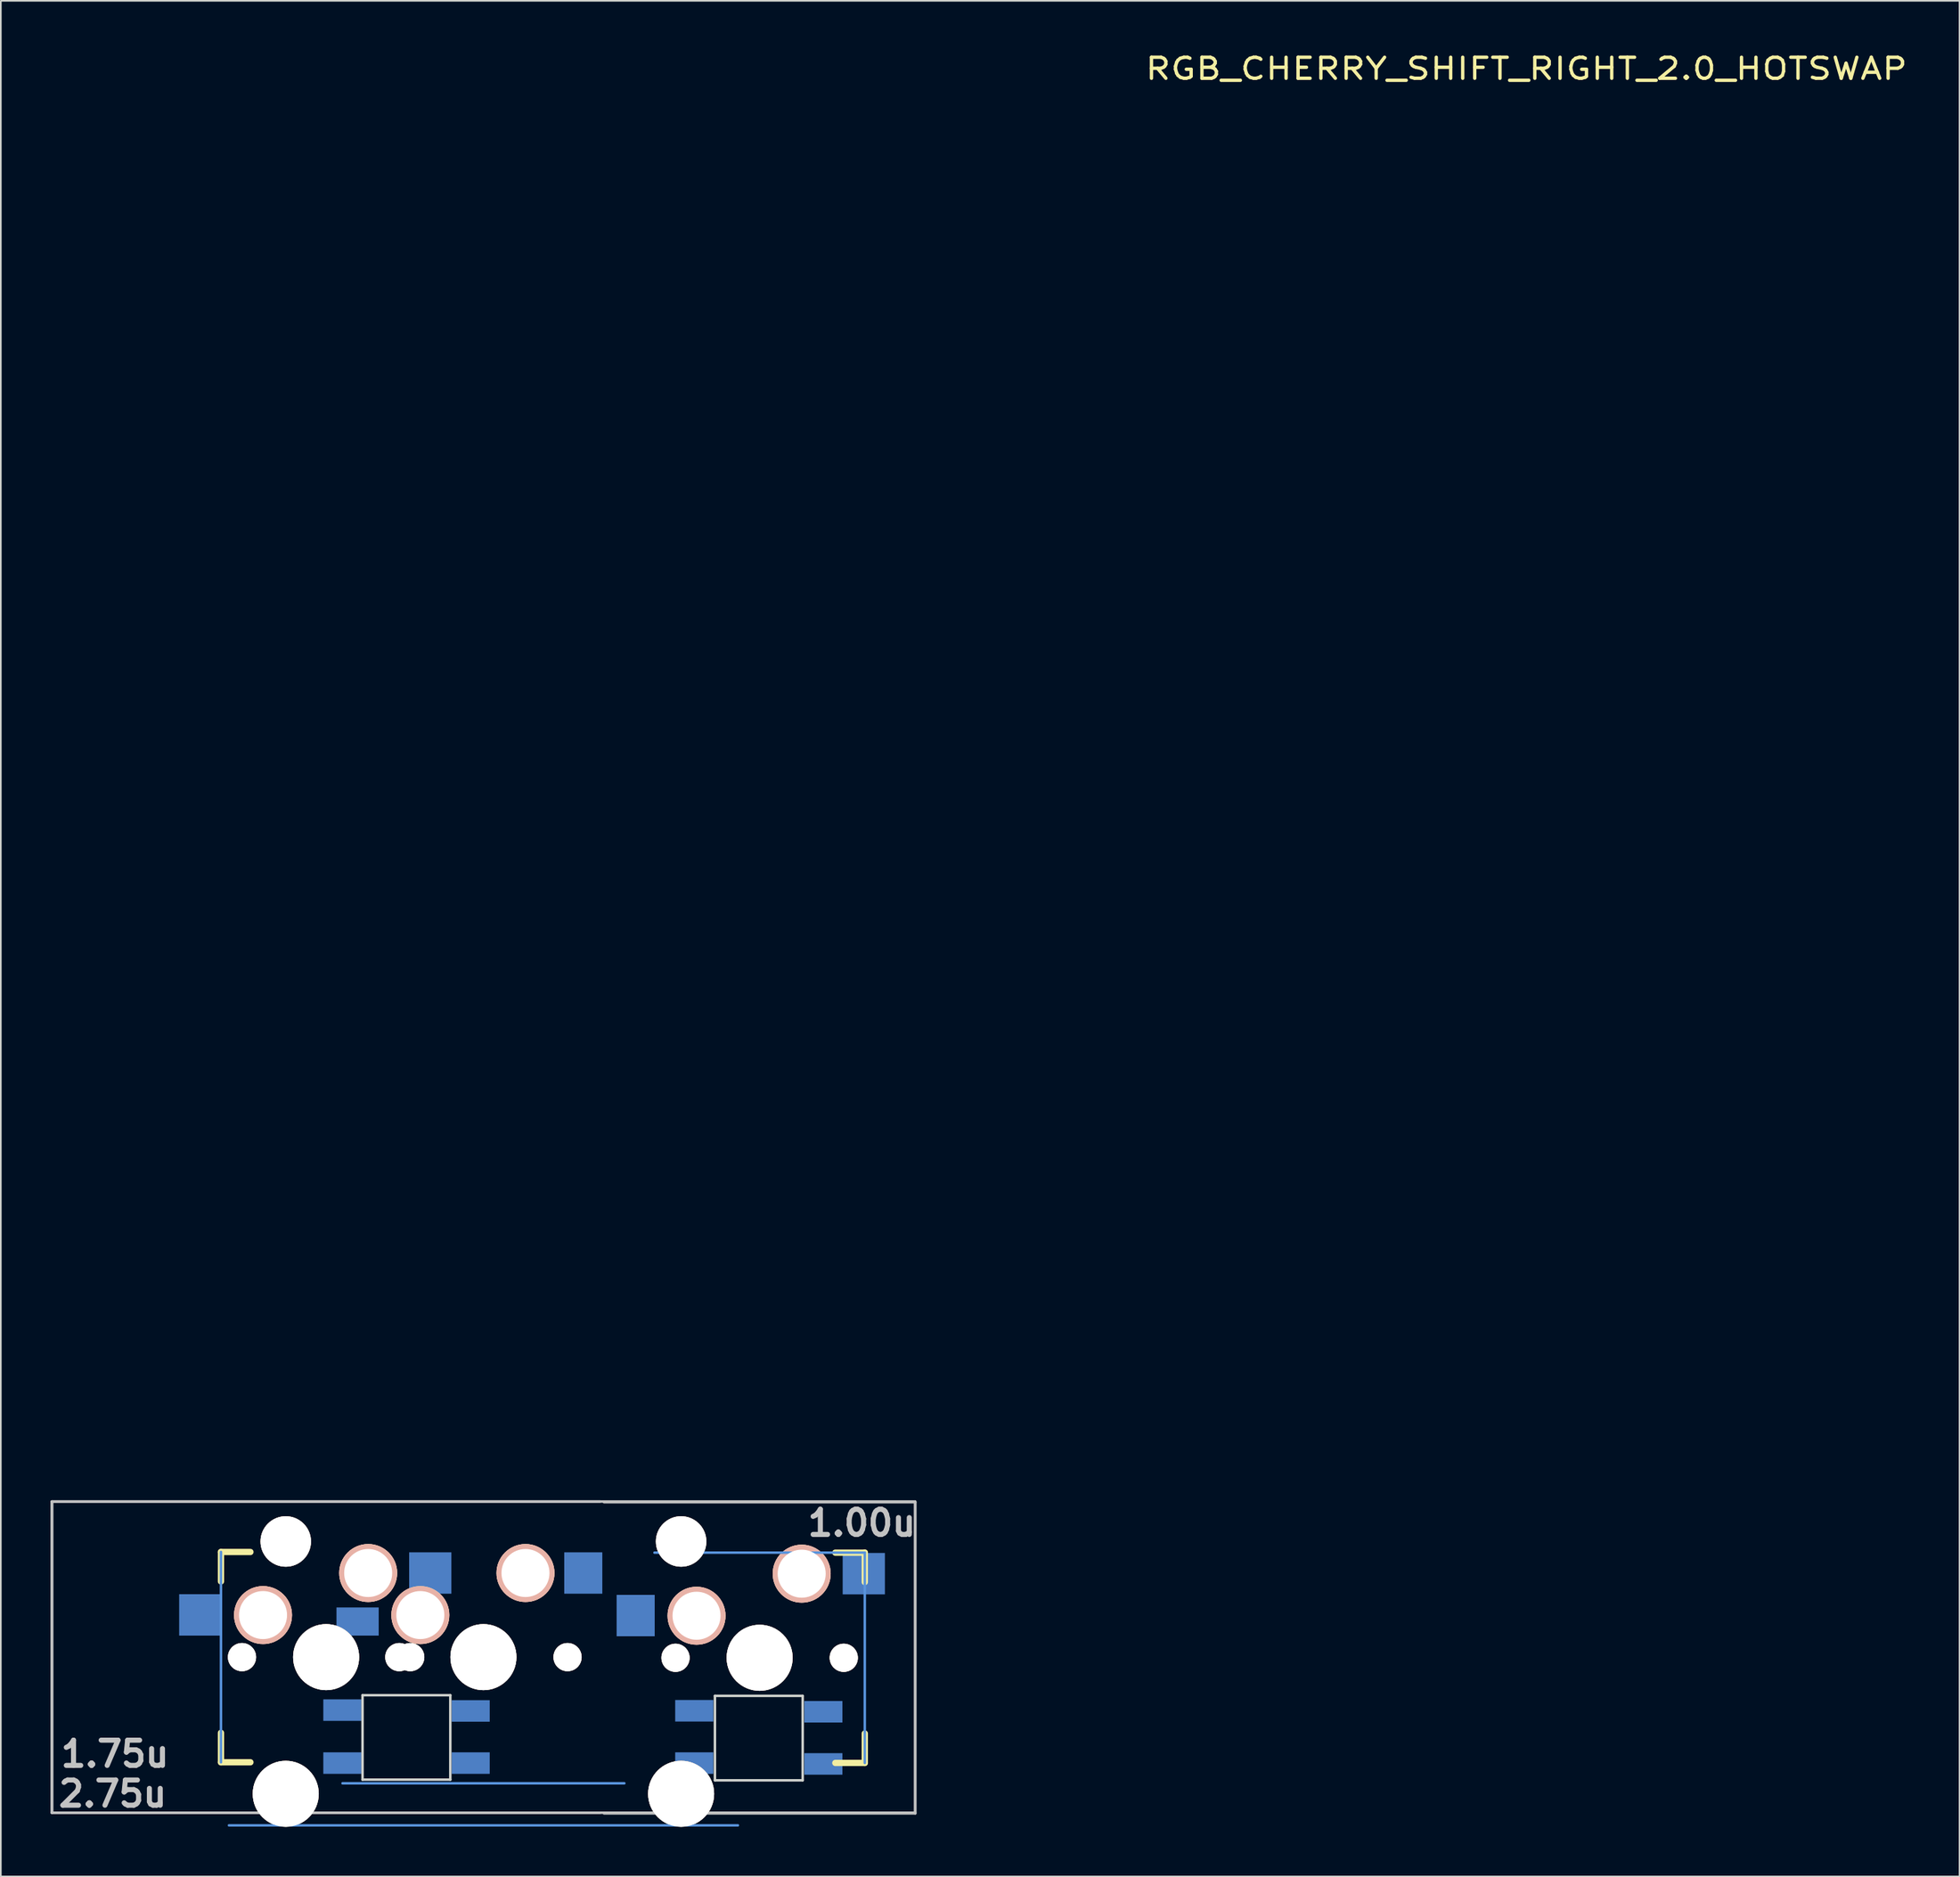
<source format=kicad_pcb>
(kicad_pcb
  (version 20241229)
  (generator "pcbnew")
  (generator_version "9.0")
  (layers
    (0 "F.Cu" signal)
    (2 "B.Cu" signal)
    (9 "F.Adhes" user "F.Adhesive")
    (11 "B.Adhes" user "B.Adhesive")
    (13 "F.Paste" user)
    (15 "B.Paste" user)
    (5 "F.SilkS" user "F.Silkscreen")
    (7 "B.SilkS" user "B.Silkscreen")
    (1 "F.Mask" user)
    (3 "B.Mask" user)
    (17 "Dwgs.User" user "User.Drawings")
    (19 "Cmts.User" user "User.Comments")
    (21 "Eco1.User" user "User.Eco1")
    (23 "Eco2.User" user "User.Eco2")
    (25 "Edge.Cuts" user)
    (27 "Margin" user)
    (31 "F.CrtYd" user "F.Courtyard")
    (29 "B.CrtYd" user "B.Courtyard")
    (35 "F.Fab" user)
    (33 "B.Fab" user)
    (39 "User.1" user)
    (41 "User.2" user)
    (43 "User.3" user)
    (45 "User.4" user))
  (footprint "RGB_CHERRY_SHIFT_RIGHT_2.0_HOTSWAP"
    (layer "F.Cu")
    (at 28.074 97.035)
    (property "Reference" "RGB_CHERRY_SHIFT_RIGHT_2.0_HOTSWAP" (at 61.055 -95.935 0) (layer "F.SilkS") (effects (font (size 1.27 1.524) (thickness 0.203))))
    (attr through_hole)
    (fp_line (start -17.78 -6.35) (end -16.002 -6.35) (stroke (width 0.381) (type solid)) (layer "F.SilkS"))
    (fp_line (start -17.78 -4.572) (end -17.78 -6.35) (stroke (width 0.381) (type solid)) (layer "F.SilkS"))
    (fp_line (start -17.78 6.35) (end -17.78 4.572) (stroke (width 0.381) (type solid)) (layer "F.SilkS"))
    (fp_line (start -16.002 6.35) (end -17.78 6.35) (stroke (width 0.381) (type solid)) (layer "F.SilkS"))
    (fp_line (start 19.322 -6.31) (end 21.1 -6.31) (stroke (width 0.381) (type solid)) (layer "F.SilkS"))
    (fp_line (start 21.1 -6.31) (end 21.1 -4.532) (stroke (width 0.381) (type solid)) (layer "F.SilkS"))
    (fp_line (start 21.1 4.612) (end 21.1 6.39) (stroke (width 0.381) (type solid)) (layer "F.SilkS"))
    (fp_line (start 21.1 6.39) (end 19.322 6.39) (stroke (width 0.381) (type solid)) (layer "F.SilkS"))
    (fp_line (start -27.998 -9.398) (end 24.138 -9.398) (stroke (width 0.152) (type solid)) (layer "Dwgs.User"))
    (fp_line (start -27.998 9.398) (end -27.998 -9.398) (stroke (width 0.152) (type solid)) (layer "Dwgs.User"))
    (fp_line (start -27.973 -9.398) (end 5.113 -9.398) (stroke (width 0.152) (type solid)) (layer "Dwgs.User"))
    (fp_line (start -27.973 9.398) (end -27.973 -9.398) (stroke (width 0.152) (type solid)) (layer "Dwgs.User"))
    (fp_line (start 5.113 9.398) (end -27.973 9.398) (stroke (width 0.152) (type solid)) (layer "Dwgs.User"))
    (fp_line (start 5.352 -9.358) (end 24.148 -9.358) (stroke (width 0.152) (type solid)) (layer "Dwgs.User"))
    (fp_line (start 24.138 -9.398) (end 24.138 9.398) (stroke (width 0.152) (type solid)) (layer "Dwgs.User"))
    (fp_line (start 24.138 9.398) (end -27.998 9.398) (stroke (width 0.152) (type solid)) (layer "Dwgs.User"))
    (fp_line (start 24.148 -9.358) (end 24.148 9.438) (stroke (width 0.152) (type solid)) (layer "Dwgs.User"))
    (fp_line (start 24.148 9.438) (end 5.352 9.438) (stroke (width 0.152) (type solid)) (layer "Dwgs.User"))
    (fp_line (start -17.78 6.35) (end -17.78 -6.35) (stroke (width 0.152) (type solid)) (layer "Cmts.User"))
    (fp_line (start -17.297 10.16) (end 13.437 10.16) (stroke (width 0.152) (type solid)) (layer "Cmts.User"))
    (fp_line (start 6.579 7.62) (end -10.439 7.62) (stroke (width 0.152) (type solid)) (layer "Cmts.User"))
    (fp_line (start 8.4 -6.31) (end 21.1 -6.31) (stroke (width 0.152) (type solid)) (layer "Cmts.User"))
    (fp_line (start 21.1 -6.31) (end 21.1 6.39) (stroke (width 0.152) (type solid)) (layer "Cmts.User"))
    (fp_line (start -18.415 -6.985) (end -4.445 -6.985) (stroke (width 0.152) (type solid)) (layer "Eco2.User"))
    (fp_line (start -18.415 6.985) (end -18.415 -6.985) (stroke (width 0.152) (type solid)) (layer "Eco2.User"))
    (fp_line (start -18.059 -2.286) (end -17.195 -2.286) (stroke (width 0.152) (type solid)) (layer "Eco2.User"))
    (fp_line (start -18.059 0.508) (end -18.059 -2.286) (stroke (width 0.152) (type solid)) (layer "Eco2.User"))
    (fp_line (start -17.195 -5.69) (end -10.541 -5.69) (stroke (width 0.152) (type solid)) (layer "Eco2.User"))
    (fp_line (start -17.195 -2.286) (end -17.195 -5.69) (stroke (width 0.152) (type solid)) (layer "Eco2.User"))
    (fp_line (start -17.195 0.508) (end -18.059 0.508) (stroke (width 0.152) (type solid)) (layer "Eco2.User"))
    (fp_line (start -17.195 6.604) (end -17.195 0.508) (stroke (width 0.152) (type solid)) (layer "Eco2.User"))
    (fp_line (start -16.154 6.604) (end -17.195 6.604) (stroke (width 0.152) (type solid)) (layer "Eco2.User"))
    (fp_line (start -16.154 7.772) (end -16.154 6.604) (stroke (width 0.152) (type solid)) (layer "Eco2.User"))
    (fp_line (start -11.582 6.604) (end -11.582 7.772) (stroke (width 0.152) (type solid)) (layer "Eco2.User"))
    (fp_line (start -11.582 7.772) (end -16.154 7.772) (stroke (width 0.152) (type solid)) (layer "Eco2.User"))
    (fp_line (start -10.541 -5.69) (end -10.541 -4.877) (stroke (width 0.152) (type solid)) (layer "Eco2.User"))
    (fp_line (start -10.541 -4.877) (end -8.915 -4.877) (stroke (width 0.152) (type solid)) (layer "Eco2.User"))
    (fp_line (start -10.541 5.817) (end -10.541 6.604) (stroke (width 0.152) (type solid)) (layer "Eco2.User"))
    (fp_line (start -10.541 6.604) (end -11.582 6.604) (stroke (width 0.152) (type solid)) (layer "Eco2.User"))
    (fp_line (start -8.915 -6.985) (end 5.055 -6.985) (stroke (width 0.152) (type solid)) (layer "Eco2.User"))
    (fp_line (start -8.915 5.817) (end -10.541 5.817) (stroke (width 0.152) (type solid)) (layer "Eco2.User"))
    (fp_line (start -8.915 6.985) (end -8.915 5.817) (stroke (width 0.152) (type solid)) (layer "Eco2.User"))
    (fp_line (start 5.055 -6.985) (end 5.055 -4.877) (stroke (width 0.152) (type solid)) (layer "Eco2.User"))
    (fp_line (start 5.055 -4.877) (end 6.681 -4.877) (stroke (width 0.152) (type solid)) (layer "Eco2.User"))
    (fp_line (start 5.055 5.817) (end 5.055 6.985) (stroke (width 0.152) (type solid)) (layer "Eco2.User"))
    (fp_line (start 5.055 6.985) (end -8.915 6.985) (stroke (width 0.152) (type solid)) (layer "Eco2.User"))
    (fp_line (start 6.681 -5.69) (end 13.335 -5.69) (stroke (width 0.152) (type solid)) (layer "Eco2.User"))
    (fp_line (start 6.681 -4.877) (end 6.681 -5.69) (stroke (width 0.152) (type solid)) (layer "Eco2.User"))
    (fp_line (start 6.681 5.817) (end 5.055 5.817) (stroke (width 0.152) (type solid)) (layer "Eco2.User"))
    (fp_line (start 6.681 6.604) (end 6.681 5.817) (stroke (width 0.152) (type solid)) (layer "Eco2.User"))
    (fp_line (start 7.722 6.604) (end 6.681 6.604) (stroke (width 0.152) (type solid)) (layer "Eco2.User"))
    (fp_line (start 7.765 -6.945) (end 21.735 -6.945) (stroke (width 0.152) (type solid)) (layer "Eco2.User"))
    (fp_line (start 13.335 -5.69) (end 13.335 -2.286) (stroke (width 0.152) (type solid)) (layer "Eco2.User"))
    (fp_line (start 13.335 -2.286) (end 14.199 -2.286) (stroke (width 0.152) (type solid)) (layer "Eco2.User"))
    (fp_line (start 14.199 -2.286) (end 14.199 0.508) (stroke (width 0.152) (type solid)) (layer "Eco2.User"))
    (fp_line (start 14.199 0.508) (end 13.335 0.508) (stroke (width 0.152) (type solid)) (layer "Eco2.User"))
    (fp_line (start 21.735 -6.945) (end 21.735 7.025) (stroke (width 0.152) (type solid)) (layer "Eco2.User"))
    (fp_line (start 21.735 7.025) (end 7.765 7.025) (stroke (width 0.152) (type solid)) (layer "Eco2.User"))
    (fp_line (start -9.23 2.3) (end -9.23 7.4) (stroke (width 0.15) (type solid)) (layer "Edge.Cuts"))
    (fp_line (start -9.23 2.3) (end -3.93 2.3) (stroke (width 0.15) (type solid)) (layer "Edge.Cuts"))
    (fp_line (start -3.93 2.3) (end -3.93 7.4) (stroke (width 0.15) (type solid)) (layer "Edge.Cuts"))
    (fp_line (start -3.93 7.4) (end -9.23 7.4) (stroke (width 0.15) (type solid)) (layer "Edge.Cuts"))
    (fp_line (start 12.05 2.34) (end 12.05 7.44) (stroke (width 0.15) (type solid)) (layer "Edge.Cuts"))
    (fp_line (start 12.05 2.34) (end 17.35 2.34) (stroke (width 0.15) (type solid)) (layer "Edge.Cuts"))
    (fp_line (start 17.35 2.34) (end 17.35 7.44) (stroke (width 0.15) (type solid)) (layer "Edge.Cuts"))
    (fp_line (start 17.35 7.44) (end 12.05 7.44) (stroke (width 0.15) (type solid)) (layer "Edge.Cuts"))
    (fp_text user "1.75u" (at -24.18 5.85 0) (layer "Dwgs.User") (effects (font (size 1.524 1.524) (thickness 0.305))))
    (fp_text user "1.00u" (at 20.92 -8.1 0) (layer "Dwgs.User") (effects (font (size 1.524 1.524) (thickness 0.305))))
    (fp_text user "2.75u" (at -24.315 8.255 0) (layer "Dwgs.User") (effects (font (size 1.524 1.524) (thickness 0.305))))
    (pad "" np_thru_hole circle (at -16.51 0) (size 1.702 1.702) (drill 1.702) (layers "*.Cu" "*.SilkS" "*.Mask"))
    (pad "" np_thru_hole circle (at -13.868 -6.985) (size 3.048 3.048) (drill 3.048) (layers "*.Cu" "*.SilkS" "*.Mask"))
    (pad "" np_thru_hole circle (at -13.868 8.255) (size 3.988 3.988) (drill 3.988) (layers "*.Cu" "*.SilkS" "*.Mask"))
    (pad "" np_thru_hole circle (at -11.43 0) (size 3.988 3.988) (drill 3.988) (layers "*.Cu" "*.SilkS" "*.Mask"))
    (pad "" np_thru_hole circle (at -7.01 0) (size 1.702 1.702) (drill 1.702) (layers "*.Cu" "*.SilkS" "*.Mask"))
    (pad "" np_thru_hole circle (at -6.35 0) (size 1.702 1.702) (drill 1.702) (layers "*.Cu" "*.SilkS" "*.Mask"))
    (pad "" np_thru_hole circle (at -1.93 0) (size 3.988 3.988) (drill 3.988) (layers "*.Cu" "*.SilkS" "*.Mask"))
    (pad "" np_thru_hole circle (at 3.15 0) (size 1.702 1.702) (drill 1.702) (layers "*.Cu" "*.SilkS" "*.Mask"))
    (pad "" np_thru_hole circle (at 9.67 0.04) (size 1.702 1.702) (drill 1.702) (layers "*.Cu" "*.SilkS" "*.Mask"))
    (pad "" np_thru_hole circle (at 10.008 -6.985) (size 3.048 3.048) (drill 3.048) (layers "*.Cu" "*.SilkS" "*.Mask"))
    (pad "" np_thru_hole circle (at 10.008 8.255) (size 3.988 3.988) (drill 3.988) (layers "*.Cu" "*.SilkS" "*.Mask"))
    (pad "" np_thru_hole circle (at 14.75 0.04) (size 3.988 3.988) (drill 3.988) (layers "*.Cu" "*.SilkS" "*.Mask"))
    (pad "" np_thru_hole circle (at 19.83 0.04) (size 1.702 1.702) (drill 1.702) (layers "*.Cu" "*.SilkS" "*.Mask"))
    (pad "1" thru_hole circle (at -8.89 -5.08) (size 3.5 3.5) (drill 2.9) (layers "*.Cu" "*.SilkS" "*.Mask"))
    (pad "1" smd rect (at -5.14 -5.08) (size 2.55 2.5) (layers "B.Cu" "B.Mask" "B.Paste"))
    (pad "1" thru_hole circle (at 0.61 -5.08) (size 3.5 3.5) (drill 2.9) (layers "*.Cu" "*.SilkS" "*.Mask"))
    (pad "1" smd rect (at 4.1 -5.08) (size 2.3 2.5) (layers "B.Cu" "B.Mask" "B.Paste"))
    (pad "2" smd rect (at -19.03 -2.55) (size 2.55 2.5) (layers "B.Cu" "B.Mask" "B.Paste"))
    (pad "2" thru_hole circle (at -15.24 -2.54) (size 3.5 3.5) (drill 2.9) (layers "*.Cu" "*.SilkS" "*.Mask"))
    (pad "2" smd rect (at -9.53 -2.15) (size 2.55 1.7) (layers "B.Cu" "B.Mask" "B.Paste"))
    (pad "2" thru_hole circle (at -5.74 -2.54) (size 3.5 3.5) (drill 2.9) (layers "*.Cu" "*.SilkS" "*.Mask"))
    (pad "3" thru_hole circle (at 17.29 -5.04) (size 2.286 2.286) (drill 1.499) (layers "*.Cu" "*.SilkS" "*.Mask"))
    (pad "3" thru_hole circle (at 17.29 -5.04) (size 3.5 3.5) (drill 2.9) (layers "*.Cu" "*.SilkS" "*.Mask"))
    (pad "3" smd rect (at 21.04 -5.04) (size 2.55 2.5) (layers "B.Cu" "B.Mask" "B.Paste"))
    (pad "4" smd rect (at 7.263 -2.51) (size 2.3 2.5) (layers "B.Cu" "B.Mask" "B.Paste"))
    (pad "4" thru_hole circle (at 10.94 -2.5) (size 3.5 3.5) (drill 2.9) (layers "*.Cu" "*.SilkS" "*.Mask"))
    (pad "5" smd rect (at -11.55 3.2 180) (size 2.3 1.3) (drill (offset -1.1 0)) (layers "B.Cu" "B.Mask" "B.Paste"))
    (pad "6" smd rect (at -11.55 6.4 180) (size 2.3 1.3) (drill (offset -1.1 0)) (layers "B.Cu" "B.Mask" "B.Paste"))
    (pad "7" smd rect (at -1.6 6.4 180) (size 2.3 1.3) (drill (offset 1.1 0)) (layers "B.Cu" "B.Mask" "B.Paste"))
    (pad "8" smd rect (at -1.6 3.25 180) (size 2.3 1.3) (drill (offset 1.1 0)) (layers "B.Cu" "B.Mask" "B.Paste"))
    (pad "9" smd rect (at 9.7 3.24 180) (size 2.3 1.3) (drill (offset -1.1 0)) (layers "B.Cu" "B.Mask" "B.Paste"))
    (pad "10" smd rect (at 9.7 6.4 180) (size 2.3 1.3) (drill (offset -1.1 0)) (layers "B.Cu" "B.Mask" "B.Paste"))
    (pad "11" smd rect (at 19.7 6.45 180) (size 2.3 1.3) (drill (offset 1.1 0)) (layers "B.Cu" "B.Mask" "B.Paste"))
    (pad "12" smd rect (at 19.7 3.3 180) (size 2.3 1.3) (drill (offset 1.1 0)) (layers "B.Cu" "B.Mask" "B.Paste")))
  (gr_rect
    (start -3 -3)
    (end 115.287 110.283)
    (stroke (width 0.1) (type default))
    (fill no)
    (layer "Edge.Cuts")))
</source>
